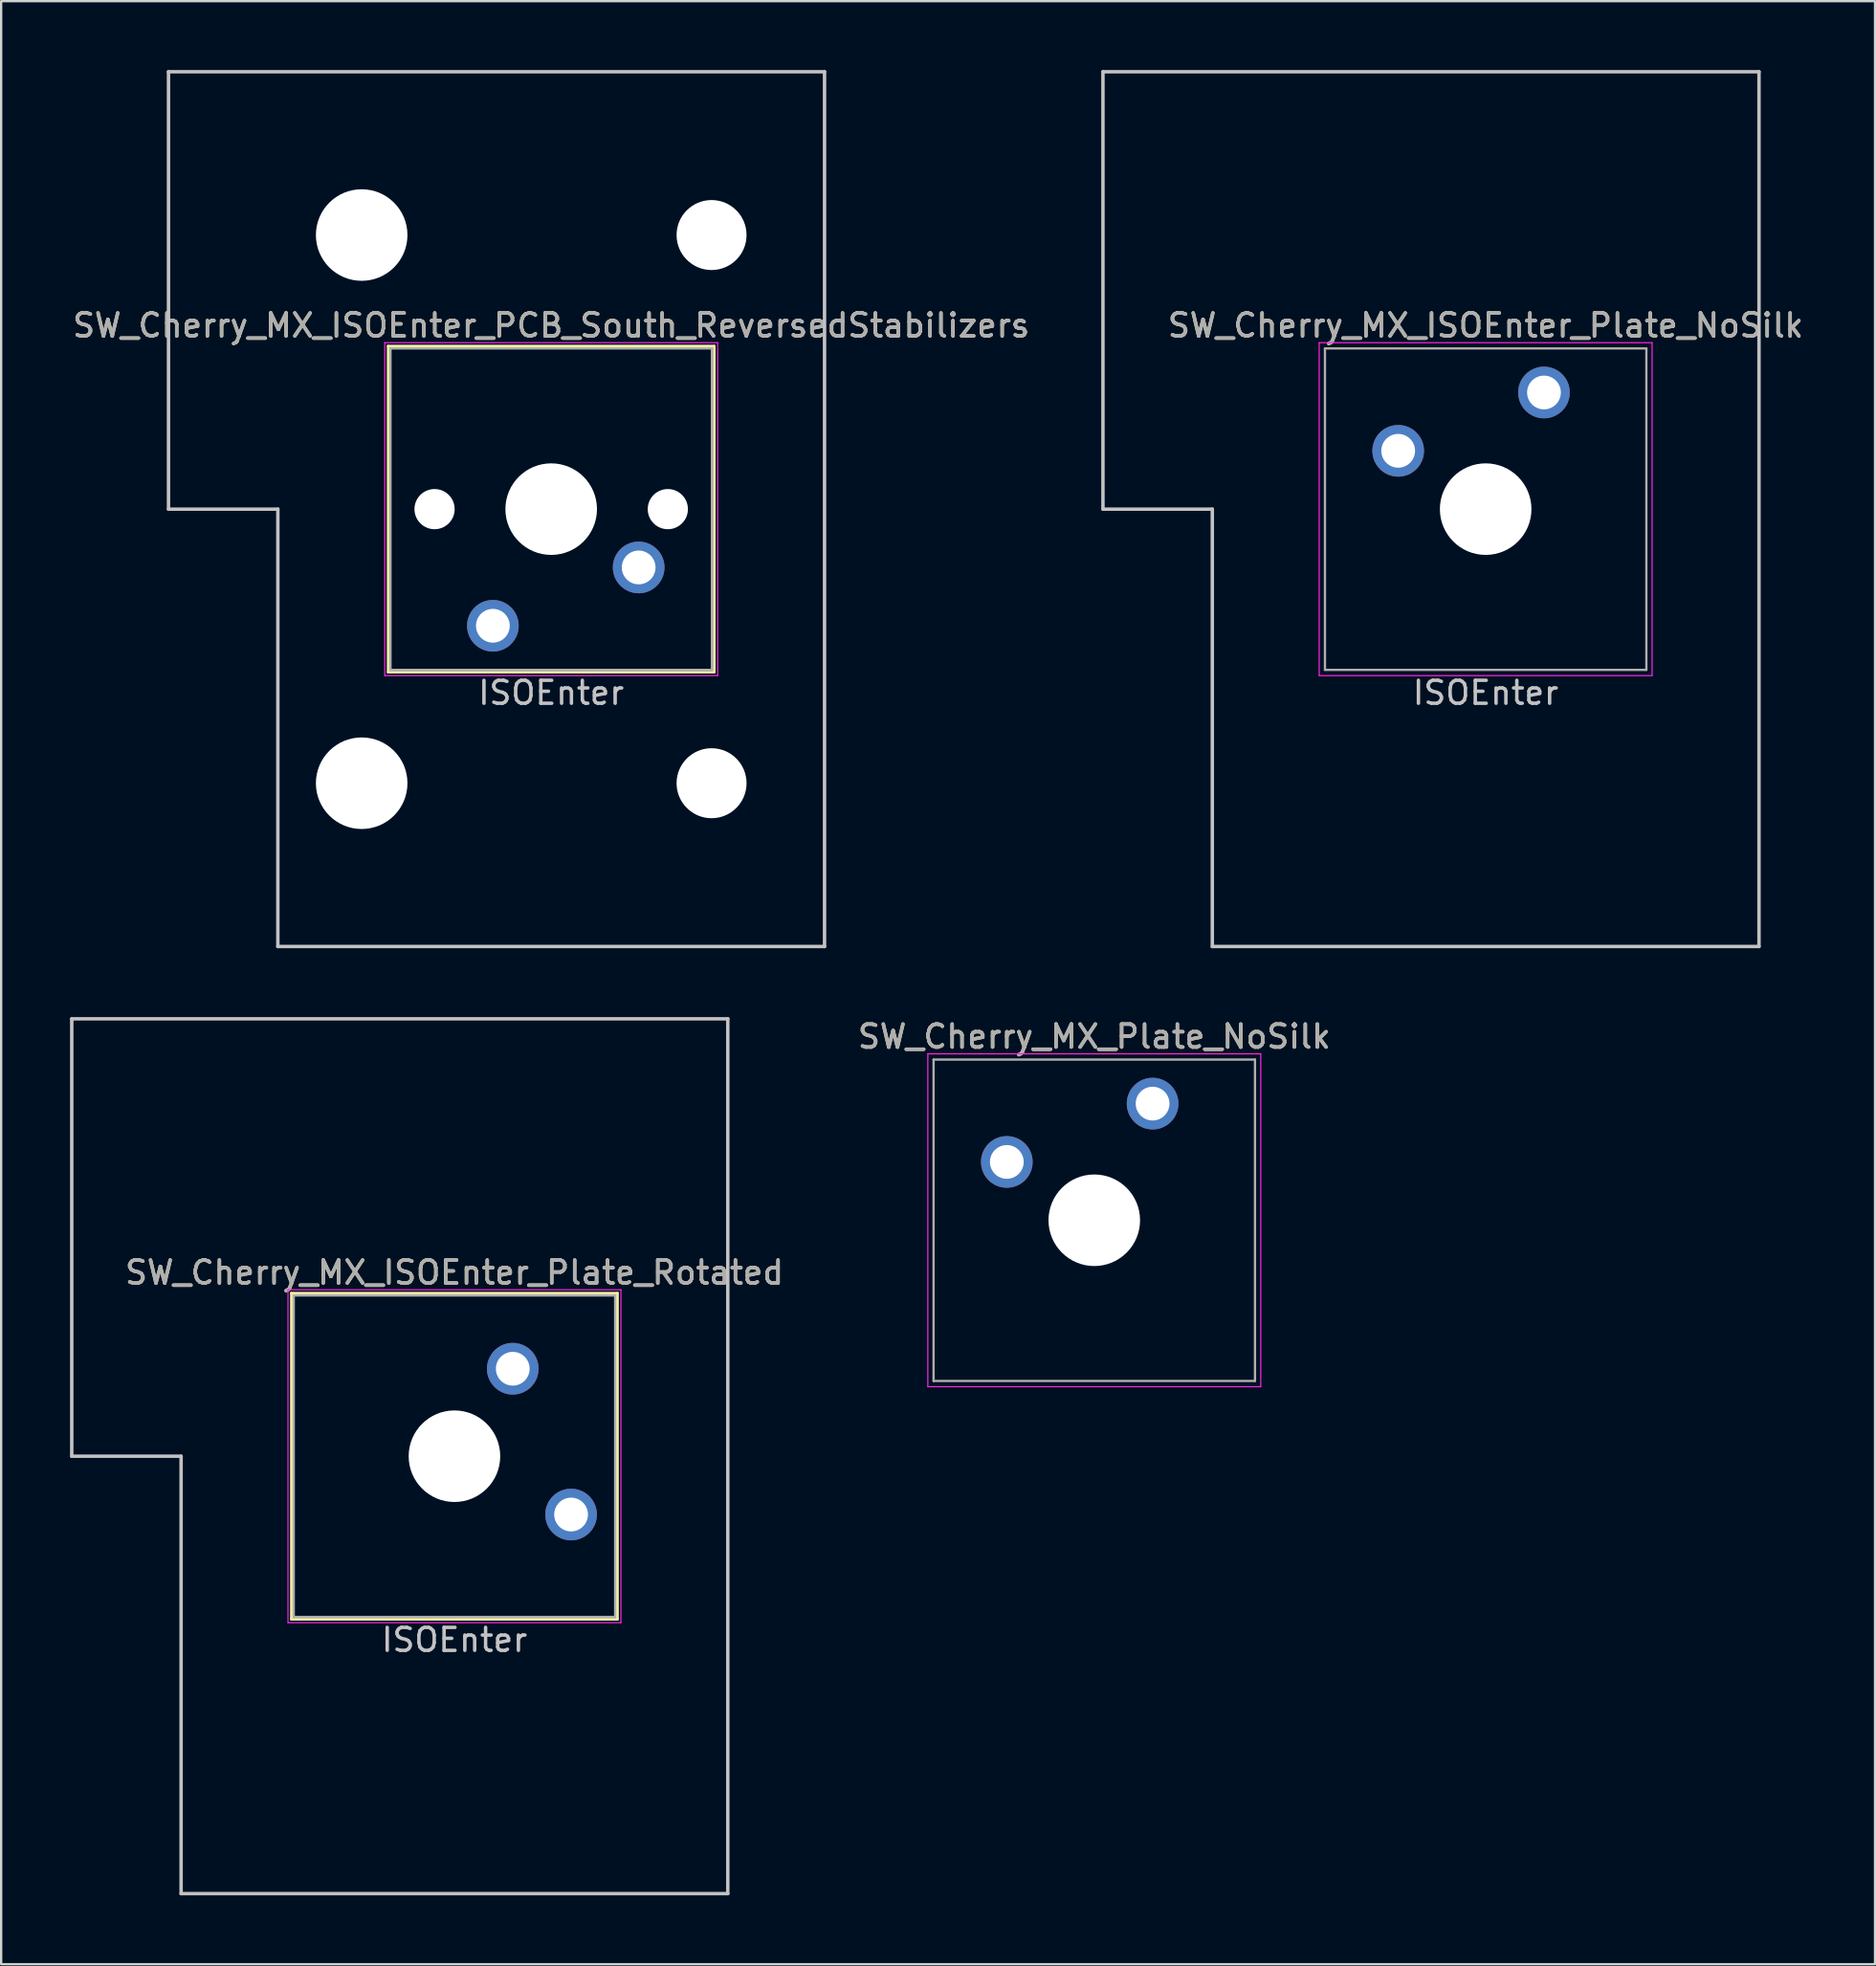
<source format=kicad_pcb>
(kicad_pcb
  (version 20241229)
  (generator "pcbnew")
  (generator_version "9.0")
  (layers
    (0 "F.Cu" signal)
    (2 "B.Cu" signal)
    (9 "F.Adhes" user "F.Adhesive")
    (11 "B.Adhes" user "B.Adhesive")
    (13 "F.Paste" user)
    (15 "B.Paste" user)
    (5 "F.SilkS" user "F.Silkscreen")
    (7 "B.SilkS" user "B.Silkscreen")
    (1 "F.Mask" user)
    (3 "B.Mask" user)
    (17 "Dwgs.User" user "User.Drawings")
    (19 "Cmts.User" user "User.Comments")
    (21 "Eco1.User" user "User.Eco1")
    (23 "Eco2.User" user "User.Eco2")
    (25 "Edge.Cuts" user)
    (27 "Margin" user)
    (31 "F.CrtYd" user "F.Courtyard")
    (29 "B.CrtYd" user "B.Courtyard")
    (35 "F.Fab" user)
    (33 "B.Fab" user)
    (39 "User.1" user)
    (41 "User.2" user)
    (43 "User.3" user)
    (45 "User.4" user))
  (footprint "SW_Cherry_MX_ISOEnter_Plate_Rotated"
    (layer "F.Cu")
    (at 16.744 60.375)
    (property "Reference" "SW_Cherry_MX_ISOEnter_Plate_Rotated" (at 0 -8 0) (layer "F.SilkS") (effects (font (size 1 1) (thickness 0.15))))
    (attr through_hole)
    (fp_line (start -7.1 -7.1) (end 7.1 -7.1) (stroke (width 0.12) (type solid)) (layer "F.SilkS"))
    (fp_line (start -7.1 7.1) (end -7.1 -7.1) (stroke (width 0.12) (type solid)) (layer "F.SilkS"))
    (fp_line (start 7.1 -7.1) (end 7.1 7.1) (stroke (width 0.12) (type solid)) (layer "F.SilkS"))
    (fp_line (start 7.1 7.1) (end -7.1 7.1) (stroke (width 0.12) (type solid)) (layer "F.SilkS"))
    (fp_line (start -16.669 -19.05) (end -16.669 0) (stroke (width 0.15) (type solid)) (layer "Dwgs.User"))
    (fp_line (start -16.669 -19.05) (end 11.906 -19.05) (stroke (width 0.15) (type solid)) (layer "Dwgs.User"))
    (fp_line (start -11.906 0) (end -16.669 0) (stroke (width 0.15) (type solid)) (layer "Dwgs.User"))
    (fp_line (start -11.906 19.05) (end -11.906 0) (stroke (width 0.15) (type solid)) (layer "Dwgs.User"))
    (fp_line (start -11.906 19.05) (end 11.906 19.05) (stroke (width 0.15) (type solid)) (layer "Dwgs.User"))
    (fp_line (start 11.906 -19.05) (end 11.906 19.05) (stroke (width 0.15) (type solid)) (layer "Dwgs.User"))
    (fp_line (start -7.25 -7.25) (end 7.25 -7.25) (stroke (width 0.05) (type solid)) (layer "F.CrtYd"))
    (fp_line (start -7.25 7.25) (end -7.25 -7.25) (stroke (width 0.05) (type solid)) (layer "F.CrtYd"))
    (fp_line (start 7.25 -7.25) (end 7.25 7.25) (stroke (width 0.05) (type solid)) (layer "F.CrtYd"))
    (fp_line (start 7.25 7.25) (end -7.25 7.25) (stroke (width 0.05) (type solid)) (layer "F.CrtYd"))
    (fp_line (start -7 -7) (end 7 -7) (stroke (width 0.1) (type solid)) (layer "F.Fab"))
    (fp_line (start -7 7) (end -7 -7) (stroke (width 0.1) (type solid)) (layer "F.Fab"))
    (fp_line (start 7 -7) (end 7 7) (stroke (width 0.1) (type solid)) (layer "F.Fab"))
    (fp_line (start 7 7) (end -7 7) (stroke (width 0.1) (type solid)) (layer "F.Fab"))
    (fp_text user "ISOEnter" (at 0 8 0) (layer "Dwgs.User") (effects (font (size 1 1) (thickness 0.15))))
    (fp_text user "${REFERENCE}" (at 0 -8 0) (layer "F.Fab") (effects (font (size 1 1) (thickness 0.15))))
    (pad "" np_thru_hole circle (at 0 0) (size 3.988 3.988) (drill 3.988) (layers "*.Cu" "*.Mask"))
    (pad "1" thru_hole circle (at 2.54 -3.81) (size 2.25 2.25) (drill 1.47) (layers "*.Cu" "B.Mask"))
    (pad "2" thru_hole circle (at 5.08 2.54) (size 2.25 2.25) (drill 1.47) (layers "*.Cu" "B.Mask")))
  (footprint "SW_Cherry_MX_ISOEnter_PCB_South_ReversedStabilizers"
    (layer "F.Cu")
    (at 20.958 19.125)
    (property "Reference" "SW_Cherry_MX_ISOEnter_PCB_South_ReversedStabilizers" (at 0 -8 0) (layer "F.SilkS") (effects (font (size 1 1) (thickness 0.15))))
    (attr through_hole)
    (fp_line (start -7.1 -7.1) (end 7.1 -7.1) (stroke (width 0.12) (type solid)) (layer "F.SilkS"))
    (fp_line (start -7.1 7.1) (end -7.1 -7.1) (stroke (width 0.12) (type solid)) (layer "F.SilkS"))
    (fp_line (start 7.1 -7.1) (end 7.1 7.1) (stroke (width 0.12) (type solid)) (layer "F.SilkS"))
    (fp_line (start 7.1 7.1) (end -7.1 7.1) (stroke (width 0.12) (type solid)) (layer "F.SilkS"))
    (fp_line (start -16.669 -19.05) (end -16.669 0) (stroke (width 0.15) (type solid)) (layer "Dwgs.User"))
    (fp_line (start -16.669 -19.05) (end 11.906 -19.05) (stroke (width 0.15) (type solid)) (layer "Dwgs.User"))
    (fp_line (start -11.906 0) (end -16.669 0) (stroke (width 0.15) (type solid)) (layer "Dwgs.User"))
    (fp_line (start -11.906 19.05) (end -11.906 0) (stroke (width 0.15) (type solid)) (layer "Dwgs.User"))
    (fp_line (start -11.906 19.05) (end 11.906 19.05) (stroke (width 0.15) (type solid)) (layer "Dwgs.User"))
    (fp_line (start 11.906 -19.05) (end 11.906 19.05) (stroke (width 0.15) (type solid)) (layer "Dwgs.User"))
    (fp_line (start -7.25 -7.25) (end 7.25 -7.25) (stroke (width 0.05) (type solid)) (layer "F.CrtYd"))
    (fp_line (start -7.25 7.25) (end -7.25 -7.25) (stroke (width 0.05) (type solid)) (layer "F.CrtYd"))
    (fp_line (start 7.25 -7.25) (end 7.25 7.25) (stroke (width 0.05) (type solid)) (layer "F.CrtYd"))
    (fp_line (start 7.25 7.25) (end -7.25 7.25) (stroke (width 0.05) (type solid)) (layer "F.CrtYd"))
    (fp_line (start -7 -7) (end 7 -7) (stroke (width 0.1) (type solid)) (layer "F.Fab"))
    (fp_line (start -7 7) (end -7 -7) (stroke (width 0.1) (type solid)) (layer "F.Fab"))
    (fp_line (start 7 -7) (end 7 7) (stroke (width 0.1) (type solid)) (layer "F.Fab"))
    (fp_line (start 7 7) (end -7 7) (stroke (width 0.1) (type solid)) (layer "F.Fab"))
    (fp_text user "ISOEnter" (at 0 8 0) (layer "Dwgs.User") (effects (font (size 1 1) (thickness 0.15))))
    (fp_text user "${REFERENCE}" (at 0 -8 0) (layer "F.Fab") (effects (font (size 1 1) (thickness 0.15))))
    (pad "" np_thru_hole circle (at -8.255 -11.938) (size 3.988 3.988) (drill 3.988) (layers "*.Cu" "*.Mask"))
    (pad "" np_thru_hole circle (at -8.255 11.938) (size 3.988 3.988) (drill 3.988) (layers "*.Cu" "*.Mask"))
    (pad "" np_thru_hole circle (at -5.08 0 228.1) (size 1.75 1.75) (drill 1.75) (layers "*.Cu" "*.Mask"))
    (pad "" np_thru_hole circle (at 0 0 180) (size 3.988 3.988) (drill 3.988) (layers "*.Cu" "*.Mask"))
    (pad "" np_thru_hole circle (at 5.08 0 228.1) (size 1.75 1.75) (drill 1.75) (layers "*.Cu" "*.Mask"))
    (pad "" np_thru_hole circle (at 6.985 -11.938) (size 3.048 3.048) (drill 3.048) (layers "*.Cu" "*.Mask"))
    (pad "" np_thru_hole circle (at 6.985 11.938) (size 3.048 3.048) (drill 3.048) (layers "*.Cu" "*.Mask"))
    (pad "1" thru_hole circle (at 3.81 2.54 180) (size 2.25 2.25) (drill 1.47) (layers "*.Cu" "B.Mask"))
    (pad "2" thru_hole circle (at -2.54 5.08 180) (size 2.25 2.25) (drill 1.47) (layers "*.Cu" "B.Mask")))
  (footprint "SW_Cherry_MX_Plate_NoSilk"
    (layer "F.Cu")
    (at 44.613 50.098)
    (property "Reference" "SW_Cherry_MX_Plate_NoSilk" (at 0 -8 0) (layer "F.SilkS") (effects (font (size 1 1) (thickness 0.15))))
    (attr through_hole)
    (fp_line (start -7.25 -7.25) (end 7.25 -7.25) (stroke (width 0.05) (type solid)) (layer "F.CrtYd"))
    (fp_line (start -7.25 7.25) (end -7.25 -7.25) (stroke (width 0.05) (type solid)) (layer "F.CrtYd"))
    (fp_line (start 7.25 -7.25) (end 7.25 7.25) (stroke (width 0.05) (type solid)) (layer "F.CrtYd"))
    (fp_line (start 7.25 7.25) (end -7.25 7.25) (stroke (width 0.05) (type solid)) (layer "F.CrtYd"))
    (fp_line (start -7 -7) (end 7 -7) (stroke (width 0.1) (type solid)) (layer "F.Fab"))
    (fp_line (start -7 7) (end -7 -7) (stroke (width 0.1) (type solid)) (layer "F.Fab"))
    (fp_line (start 7 -7) (end 7 7) (stroke (width 0.1) (type solid)) (layer "F.Fab"))
    (fp_line (start 7 7) (end -7 7) (stroke (width 0.1) (type solid)) (layer "F.Fab"))
    (fp_text user "${REFERENCE}" (at 0 -8 0) (layer "F.Fab") (effects (font (size 1 1) (thickness 0.15))))
    (pad "" np_thru_hole circle (at 0 0) (size 3.988 3.988) (drill 3.988) (layers "*.Cu" "*.Mask"))
    (pad "1" thru_hole circle (at -3.81 -2.54) (size 2.25 2.25) (drill 1.47) (layers "*.Cu" "B.Mask"))
    (pad "2" thru_hole circle (at 2.54 -5.08) (size 2.25 2.25) (drill 1.47) (layers "*.Cu" "B.Mask")))
  (footprint "SW_Cherry_MX_ISOEnter_Plate_NoSilk"
    (layer "F.Cu")
    (at 61.66 19.125)
    (property "Reference" "SW_Cherry_MX_ISOEnter_Plate_NoSilk" (at 0 -8 0) (layer "F.SilkS") (effects (font (size 1 1) (thickness 0.15))))
    (attr through_hole)
    (fp_line (start -16.669 -19.05) (end -16.669 0) (stroke (width 0.15) (type solid)) (layer "Dwgs.User"))
    (fp_line (start -16.669 -19.05) (end 11.906 -19.05) (stroke (width 0.15) (type solid)) (layer "Dwgs.User"))
    (fp_line (start -11.906 0) (end -16.669 0) (stroke (width 0.15) (type solid)) (layer "Dwgs.User"))
    (fp_line (start -11.906 19.05) (end -11.906 0) (stroke (width 0.15) (type solid)) (layer "Dwgs.User"))
    (fp_line (start -11.906 19.05) (end 11.906 19.05) (stroke (width 0.15) (type solid)) (layer "Dwgs.User"))
    (fp_line (start 11.906 -19.05) (end 11.906 19.05) (stroke (width 0.15) (type solid)) (layer "Dwgs.User"))
    (fp_line (start -7.25 -7.25) (end 7.25 -7.25) (stroke (width 0.05) (type solid)) (layer "F.CrtYd"))
    (fp_line (start -7.25 7.25) (end -7.25 -7.25) (stroke (width 0.05) (type solid)) (layer "F.CrtYd"))
    (fp_line (start 7.25 -7.25) (end 7.25 7.25) (stroke (width 0.05) (type solid)) (layer "F.CrtYd"))
    (fp_line (start 7.25 7.25) (end -7.25 7.25) (stroke (width 0.05) (type solid)) (layer "F.CrtYd"))
    (fp_line (start -7 -7) (end 7 -7) (stroke (width 0.1) (type solid)) (layer "F.Fab"))
    (fp_line (start -7 7) (end -7 -7) (stroke (width 0.1) (type solid)) (layer "F.Fab"))
    (fp_line (start 7 -7) (end 7 7) (stroke (width 0.1) (type solid)) (layer "F.Fab"))
    (fp_line (start 7 7) (end -7 7) (stroke (width 0.1) (type solid)) (layer "F.Fab"))
    (fp_text user "ISOEnter" (at 0 8 0) (layer "Dwgs.User") (effects (font (size 1 1) (thickness 0.15))))
    (fp_text user "${REFERENCE}" (at 0 -8 0) (layer "F.Fab") (effects (font (size 1 1) (thickness 0.15))))
    (pad "" np_thru_hole circle (at 0 0) (size 3.988 3.988) (drill 3.988) (layers "*.Cu" "*.Mask"))
    (pad "1" thru_hole circle (at -3.81 -2.54) (size 2.25 2.25) (drill 1.47) (layers "*.Cu" "B.Mask"))
    (pad "2" thru_hole circle (at 2.54 -5.08) (size 2.25 2.25) (drill 1.47) (layers "*.Cu" "B.Mask")))
  (gr_rect
    (start -3 -3)
    (end 78.619 82.5)
    (stroke (width 0.1) (type default))
    (fill no)
    (layer "Edge.Cuts")))
</source>
